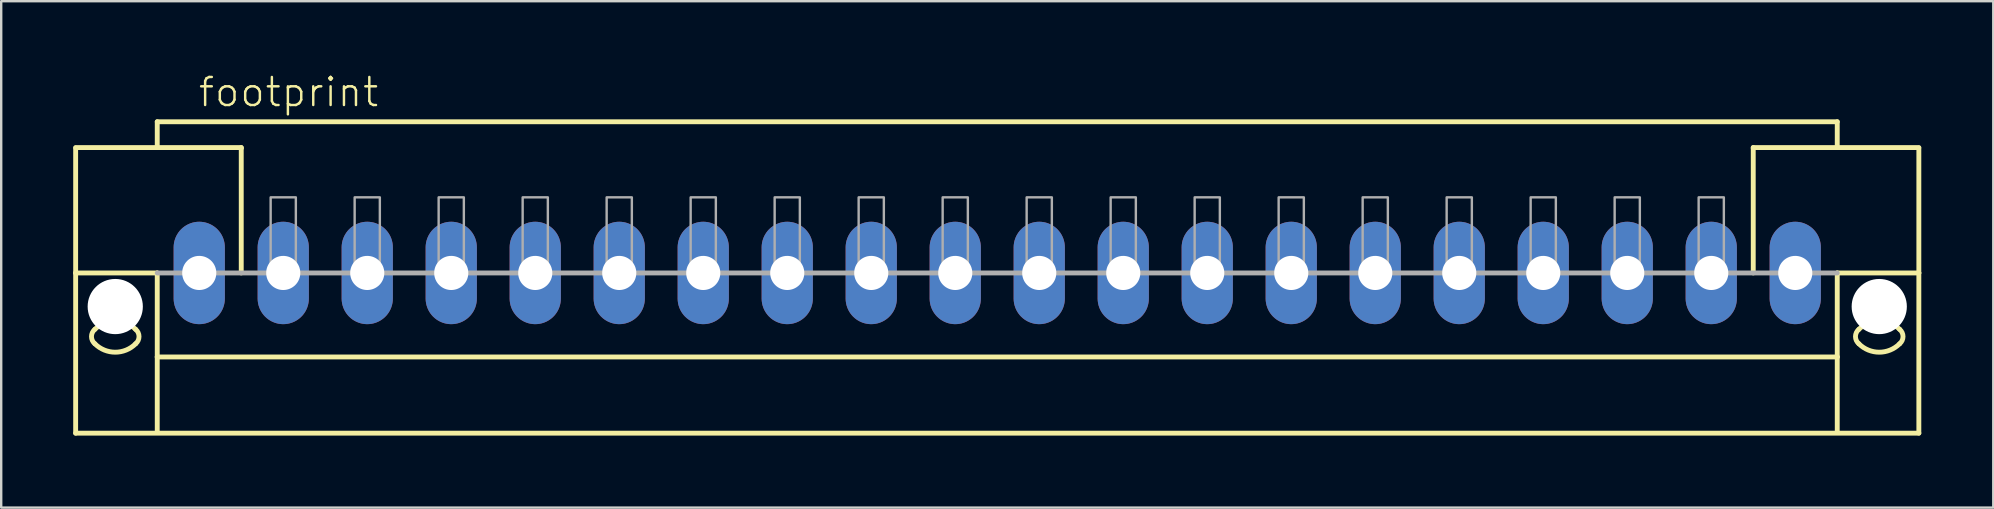
<source format=kicad_pcb>
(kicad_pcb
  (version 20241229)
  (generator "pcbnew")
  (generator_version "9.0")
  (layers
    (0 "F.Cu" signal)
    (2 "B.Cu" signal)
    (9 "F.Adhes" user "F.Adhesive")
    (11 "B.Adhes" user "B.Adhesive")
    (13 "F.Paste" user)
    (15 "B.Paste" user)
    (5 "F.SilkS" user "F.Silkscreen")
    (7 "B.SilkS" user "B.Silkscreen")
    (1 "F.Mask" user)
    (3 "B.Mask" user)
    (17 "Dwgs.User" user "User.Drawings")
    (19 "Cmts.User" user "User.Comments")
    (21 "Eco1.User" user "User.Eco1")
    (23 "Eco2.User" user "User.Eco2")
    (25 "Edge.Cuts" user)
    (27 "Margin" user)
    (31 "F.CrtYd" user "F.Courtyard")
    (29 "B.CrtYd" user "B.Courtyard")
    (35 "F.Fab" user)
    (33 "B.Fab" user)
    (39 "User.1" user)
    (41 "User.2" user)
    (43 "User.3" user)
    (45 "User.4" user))
  (footprint "footprint"
    (layer "F.Cu")
    (at 38.502 8.323)
    (property "Reference" "footprint" (at -33.35 -6.85 0) (layer "F.SilkS") (effects (font (size 1.168 1.168) (thickness 0.102)) (justify left bottom)))
    (fp_line (start -38.4 -5.225) (end -31.5 -5.225) (stroke (width 0.203) (type solid)) (layer "F.SilkS"))
    (fp_line (start -38.4 -5.2) (end -38.4 0) (stroke (width 0.203) (type solid)) (layer "F.SilkS"))
    (fp_line (start -38.4 0) (end -38.4 6.675) (stroke (width 0.203) (type solid)) (layer "F.SilkS"))
    (fp_line (start -38.4 0) (end -35 0) (stroke (width 0.203) (type solid)) (layer "F.SilkS"))
    (fp_line (start -38.4 6.675) (end 38.4 6.675) (stroke (width 0.203) (type solid)) (layer "F.SilkS"))
    (fp_line (start -35 -6.3) (end 35 -6.3) (stroke (width 0.203) (type solid)) (layer "F.SilkS"))
    (fp_line (start -35 -5.3) (end -35 -6.3) (stroke (width 0.203) (type solid)) (layer "F.SilkS"))
    (fp_line (start -35 0) (end -35 3.5) (stroke (width 0.203) (type solid)) (layer "F.SilkS"))
    (fp_line (start -35 3.5) (end 35 3.5) (stroke (width 0.203) (type solid)) (layer "F.SilkS"))
    (fp_line (start -35 6.65) (end -35 3.5) (stroke (width 0.203) (type solid)) (layer "F.SilkS"))
    (fp_line (start -31.5 -5.225) (end -31.5 -5.2) (stroke (width 0.203) (type solid)) (layer "F.SilkS"))
    (fp_line (start -31.5 -5.175) (end -31.5 0) (stroke (width 0.203) (type solid)) (layer "F.SilkS"))
    (fp_line (start 31.5 -5.225) (end 38.4 -5.225) (stroke (width 0.203) (type solid)) (layer "F.SilkS"))
    (fp_line (start 31.5 -5.2) (end 31.5 -5.225) (stroke (width 0.203) (type solid)) (layer "F.SilkS"))
    (fp_line (start 31.5 0) (end 31.5 -5.175) (stroke (width 0.203) (type solid)) (layer "F.SilkS"))
    (fp_line (start 35 -6.3) (end 35 -5.3) (stroke (width 0.203) (type solid)) (layer "F.SilkS"))
    (fp_line (start 35 3.5) (end 35 0) (stroke (width 0.203) (type solid)) (layer "F.SilkS"))
    (fp_line (start 35 6.65) (end 35 3.5) (stroke (width 0.203) (type solid)) (layer "F.SilkS"))
    (fp_line (start 38.4 0) (end 35 0) (stroke (width 0.203) (type solid)) (layer "F.SilkS"))
    (fp_line (start 38.4 0) (end 38.4 -5.2) (stroke (width 0.203) (type solid)) (layer "F.SilkS"))
    (fp_line (start 38.4 6.675) (end 38.4 0) (stroke (width 0.203) (type solid)) (layer "F.SilkS"))
    (fp_arc (start -37.6 2.35) (mid -36.75 1.997918) (end -35.9 2.35) (stroke (width 0.2032) (type solid)) (layer "F.SilkS"))
    (fp_arc (start -37.6 2.95) (mid -37.740512 2.65) (end -37.6 2.35) (stroke (width 0.2032) (type solid)) (layer "F.SilkS"))
    (fp_arc (start -35.9 2.95) (mid -36.75 3.302082) (end -37.6 2.95) (stroke (width 0.2032) (type solid)) (layer "F.SilkS"))
    (fp_arc (start -35.899999 2.350001) (mid -35.759487 2.650001) (end -35.9 2.95) (stroke (width 0.2032) (type solid)) (layer "F.SilkS"))
    (fp_arc (start 35.899999 2.949999) (mid 35.759487 2.649999) (end 35.9 2.35) (stroke (width 0.2032) (type solid)) (layer "F.SilkS"))
    (fp_arc (start 35.9 2.35) (mid 36.75 1.997918) (end 37.6 2.35) (stroke (width 0.2032) (type solid)) (layer "F.SilkS"))
    (fp_arc (start 37.6 2.35) (mid 37.740512 2.65) (end 37.6 2.95) (stroke (width 0.2032) (type solid)) (layer "F.SilkS"))
    (fp_arc (start 37.6 2.95) (mid 36.75 3.302082) (end 35.9 2.95) (stroke (width 0.2032) (type solid)) (layer "F.SilkS"))
    (fp_line (start 35 0) (end -35 0) (stroke (width 0.203) (type solid)) (layer "F.Fab"))
    (fp_poly (pts (xy -30.275 0) (xy -29.225 0) (xy -29.225 -3.15) (xy -30.275 -3.15)) (stroke (width 0.1) (type solid)) (fill no) (layer "F.Fab"))
    (fp_poly (pts (xy -26.775 0) (xy -25.725 0) (xy -25.725 -3.15) (xy -26.775 -3.15)) (stroke (width 0.1) (type solid)) (fill no) (layer "F.Fab"))
    (fp_poly (pts (xy -23.275 0) (xy -22.225 0) (xy -22.225 -3.15) (xy -23.275 -3.15)) (stroke (width 0.1) (type solid)) (fill no) (layer "F.Fab"))
    (fp_poly (pts (xy -19.775 0) (xy -18.725 0) (xy -18.725 -3.15) (xy -19.775 -3.15)) (stroke (width 0.1) (type solid)) (fill no) (layer "F.Fab"))
    (fp_poly (pts (xy -16.275 0) (xy -15.225 0) (xy -15.225 -3.15) (xy -16.275 -3.15)) (stroke (width 0.1) (type solid)) (fill no) (layer "F.Fab"))
    (fp_poly (pts (xy -12.775 0) (xy -11.725 0) (xy -11.725 -3.15) (xy -12.775 -3.15)) (stroke (width 0.1) (type solid)) (fill no) (layer "F.Fab"))
    (fp_poly (pts (xy -9.275 0) (xy -8.225 0) (xy -8.225 -3.15) (xy -9.275 -3.15)) (stroke (width 0.1) (type solid)) (fill no) (layer "F.Fab"))
    (fp_poly (pts (xy -5.775 0) (xy -4.725 0) (xy -4.725 -3.15) (xy -5.775 -3.15)) (stroke (width 0.1) (type solid)) (fill no) (layer "F.Fab"))
    (fp_poly (pts (xy -2.275 0) (xy -1.225 0) (xy -1.225 -3.15) (xy -2.275 -3.15)) (stroke (width 0.1) (type solid)) (fill no) (layer "F.Fab"))
    (fp_poly (pts (xy 1.225 0) (xy 2.275 0) (xy 2.275 -3.15) (xy 1.225 -3.15)) (stroke (width 0.1) (type solid)) (fill no) (layer "F.Fab"))
    (fp_poly (pts (xy 4.725 0) (xy 5.775 0) (xy 5.775 -3.15) (xy 4.725 -3.15)) (stroke (width 0.1) (type solid)) (fill no) (layer "F.Fab"))
    (fp_poly (pts (xy 8.225 0) (xy 9.275 0) (xy 9.275 -3.15) (xy 8.225 -3.15)) (stroke (width 0.1) (type solid)) (fill no) (layer "F.Fab"))
    (fp_poly (pts (xy 11.725 0) (xy 12.775 0) (xy 12.775 -3.15) (xy 11.725 -3.15)) (stroke (width 0.1) (type solid)) (fill no) (layer "F.Fab"))
    (fp_poly (pts (xy 15.225 0) (xy 16.275 0) (xy 16.275 -3.15) (xy 15.225 -3.15)) (stroke (width 0.1) (type solid)) (fill no) (layer "F.Fab"))
    (fp_poly (pts (xy 18.725 0) (xy 19.775 0) (xy 19.775 -3.15) (xy 18.725 -3.15)) (stroke (width 0.1) (type solid)) (fill no) (layer "F.Fab"))
    (fp_poly (pts (xy 22.225 0) (xy 23.275 0) (xy 23.275 -3.15) (xy 22.225 -3.15)) (stroke (width 0.1) (type solid)) (fill no) (layer "F.Fab"))
    (fp_poly (pts (xy 25.725 0) (xy 26.775 0) (xy 26.775 -3.15) (xy 25.725 -3.15)) (stroke (width 0.1) (type solid)) (fill no) (layer "F.Fab"))
    (fp_poly (pts (xy 29.225 0) (xy 30.275 0) (xy 30.275 -3.15) (xy 29.225 -3.15)) (stroke (width 0.1) (type solid)) (fill no) (layer "F.Fab"))
    (pad "" np_thru_hole circle (at -36.75 1.4) (size 2.3 2.3) (drill 2.3) (layers "*.Cu" "*.Mask"))
    (pad "" np_thru_hole circle (at 36.75 1.4) (size 2.3 2.3) (drill 2.3) (layers "*.Cu" "*.Mask"))
    (pad "1" thru_hole oval (at -33.25 0 90) (size 4.267 2.134) (drill 1.422) (layers "*.Cu" "*.Mask"))
    (pad "2" thru_hole oval (at -29.75 0 90) (size 4.267 2.134) (drill 1.422) (layers "*.Cu" "*.Mask"))
    (pad "3" thru_hole oval (at -26.25 0 90) (size 4.267 2.134) (drill 1.422) (layers "*.Cu" "*.Mask"))
    (pad "4" thru_hole oval (at -22.75 0 90) (size 4.267 2.134) (drill 1.422) (layers "*.Cu" "*.Mask"))
    (pad "5" thru_hole oval (at -19.25 0 90) (size 4.267 2.134) (drill 1.422) (layers "*.Cu" "*.Mask"))
    (pad "6" thru_hole oval (at -15.75 0 90) (size 4.267 2.134) (drill 1.422) (layers "*.Cu" "*.Mask"))
    (pad "7" thru_hole oval (at -12.25 0 90) (size 4.267 2.134) (drill 1.422) (layers "*.Cu" "*.Mask"))
    (pad "8" thru_hole oval (at -8.75 0 90) (size 4.267 2.134) (drill 1.422) (layers "*.Cu" "*.Mask"))
    (pad "9" thru_hole oval (at -5.25 0 90) (size 4.267 2.134) (drill 1.422) (layers "*.Cu" "*.Mask"))
    (pad "10" thru_hole oval (at -1.75 0 90) (size 4.267 2.134) (drill 1.422) (layers "*.Cu" "*.Mask"))
    (pad "11" thru_hole oval (at 1.75 0 90) (size 4.267 2.134) (drill 1.422) (layers "*.Cu" "*.Mask"))
    (pad "12" thru_hole oval (at 5.25 0 90) (size 4.267 2.134) (drill 1.422) (layers "*.Cu" "*.Mask"))
    (pad "13" thru_hole oval (at 8.75 0 90) (size 4.267 2.134) (drill 1.422) (layers "*.Cu" "*.Mask"))
    (pad "14" thru_hole oval (at 12.25 0 90) (size 4.267 2.134) (drill 1.422) (layers "*.Cu" "*.Mask"))
    (pad "15" thru_hole oval (at 15.75 0 90) (size 4.267 2.134) (drill 1.422) (layers "*.Cu" "*.Mask"))
    (pad "16" thru_hole oval (at 19.25 0 90) (size 4.267 2.134) (drill 1.422) (layers "*.Cu" "*.Mask"))
    (pad "17" thru_hole oval (at 22.75 0 90) (size 4.267 2.134) (drill 1.422) (layers "*.Cu" "*.Mask"))
    (pad "18" thru_hole oval (at 26.25 0 90) (size 4.267 2.134) (drill 1.422) (layers "*.Cu" "*.Mask"))
    (pad "19" thru_hole oval (at 29.75 0 90) (size 4.267 2.134) (drill 1.422) (layers "*.Cu" "*.Mask"))
    (pad "20" thru_hole oval (at 33.25 0 90) (size 4.267 2.134) (drill 1.422) (layers "*.Cu" "*.Mask")))
  (gr_rect
    (start -3 -3)
    (end 80.003 18.1)
    (stroke (width 0.1) (type default))
    (fill no)
    (layer "Edge.Cuts")))
</source>
